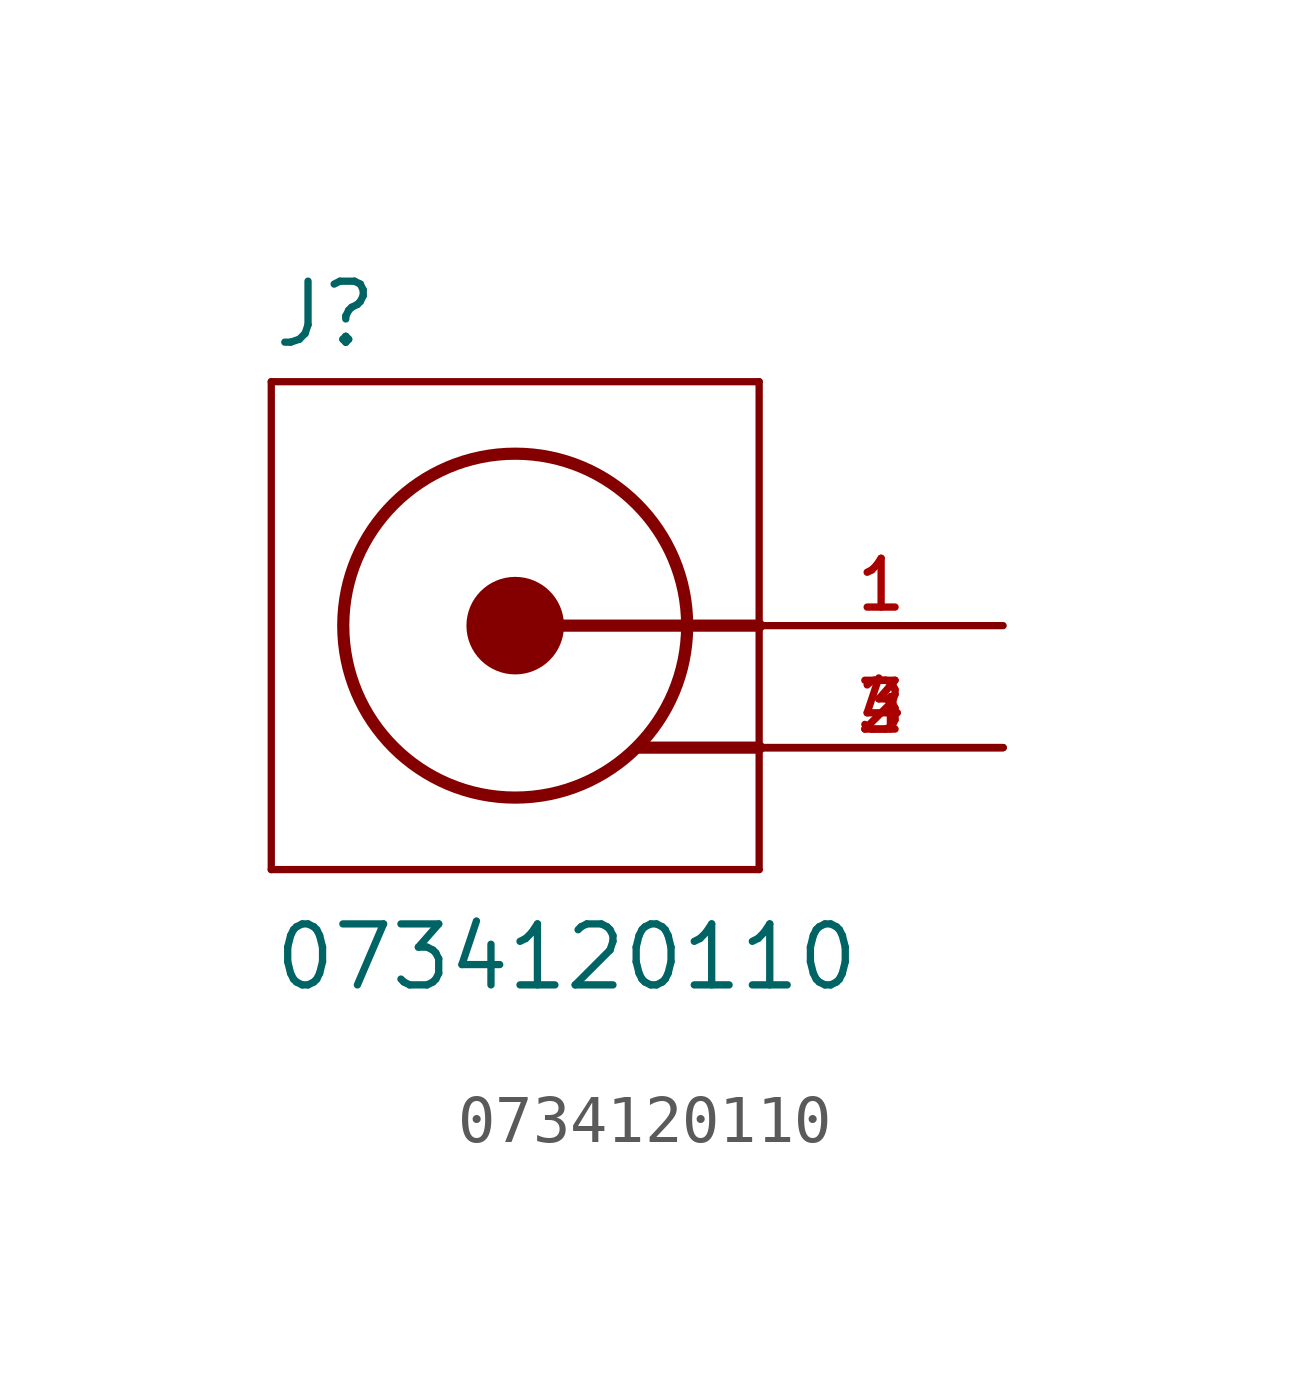
<source format=kicad_sym>
(kicad_symbol_lib
  (version 20220914)
  (generator kicad_symbol_editor)
  (symbol "0734120110"
    (pin_names
      (offset 1.016) hide)
    (property "Reference" "J"
      (at -5.08 5.74 0)
      (effects (font (size 1.27 1.27)) (justify left bottom)))
    (property "Value" "0734120110"
      (at -5.08 -7.645 0)
      (effects (font (size 1.27 1.27)) (justify left bottom)))
    (symbol "0734120110_0_0"
      (polyline (pts (xy -5.08 -5.08) (xy -5.08 5.08)) (stroke (width 0.152) (type solid)) (fill (type none)))
      (polyline (pts (xy -5.08 5.08) (xy 5.08 5.08)) (stroke (width 0.152) (type solid)) (fill (type none)))
      (polyline (pts (xy 5.08 -5.08) (xy -5.08 -5.08)) (stroke (width 0.152) (type solid)) (fill (type none)))
      (polyline (pts (xy 5.08 -2.54) (xy 2.54 -2.54)) (stroke (width 0.254) (type solid)) (fill (type none)))
      (polyline (pts (xy 5.08 -2.54) (xy 5.08 -5.08)) (stroke (width 0.152) (type solid)) (fill (type none)))
      (polyline (pts (xy 5.08 0) (xy 0 0)) (stroke (width 0.254) (type solid)) (fill (type none)))
      (polyline (pts (xy 5.08 0) (xy 5.08 -2.54)) (stroke (width 0.152) (type solid)) (fill (type none)))
      (polyline (pts (xy 5.08 5.08) (xy 5.08 0)) (stroke (width 0.152) (type solid)) (fill (type none)))
      (circle (center 0 0) (radius 0.508) (stroke (width 1.016) (type solid)) (fill (type none)))
      (circle (center 0 0) (radius 3.581) (stroke (width 0.254) (type solid)) (fill (type none)))
      (pin bidirectional line (at 10.16 0 180) (length 5.08) (name "SIGNAL" (effects (font (size 1.016 1.016)))) (number "1" (effects (font (size 1.016 1.016)))))
      (pin power_in line (at 10.16 -2.54 180) (length 5.08) (name "GND" (effects (font (size 1.016 1.016)))) (number "2" (effects (font (size 1.016 1.016)))))
      (pin power_in line (at 10.16 -2.54 180) (length 5.08) (name "GND" (effects (font (size 1.016 1.016)))) (number "3" (effects (font (size 1.016 1.016)))))
      (pin power_in line (at 10.16 -2.54 180) (length 5.08) (name "GND" (effects (font (size 1.016 1.016)))) (number "4" (effects (font (size 1.016 1.016))))))))
</source>
